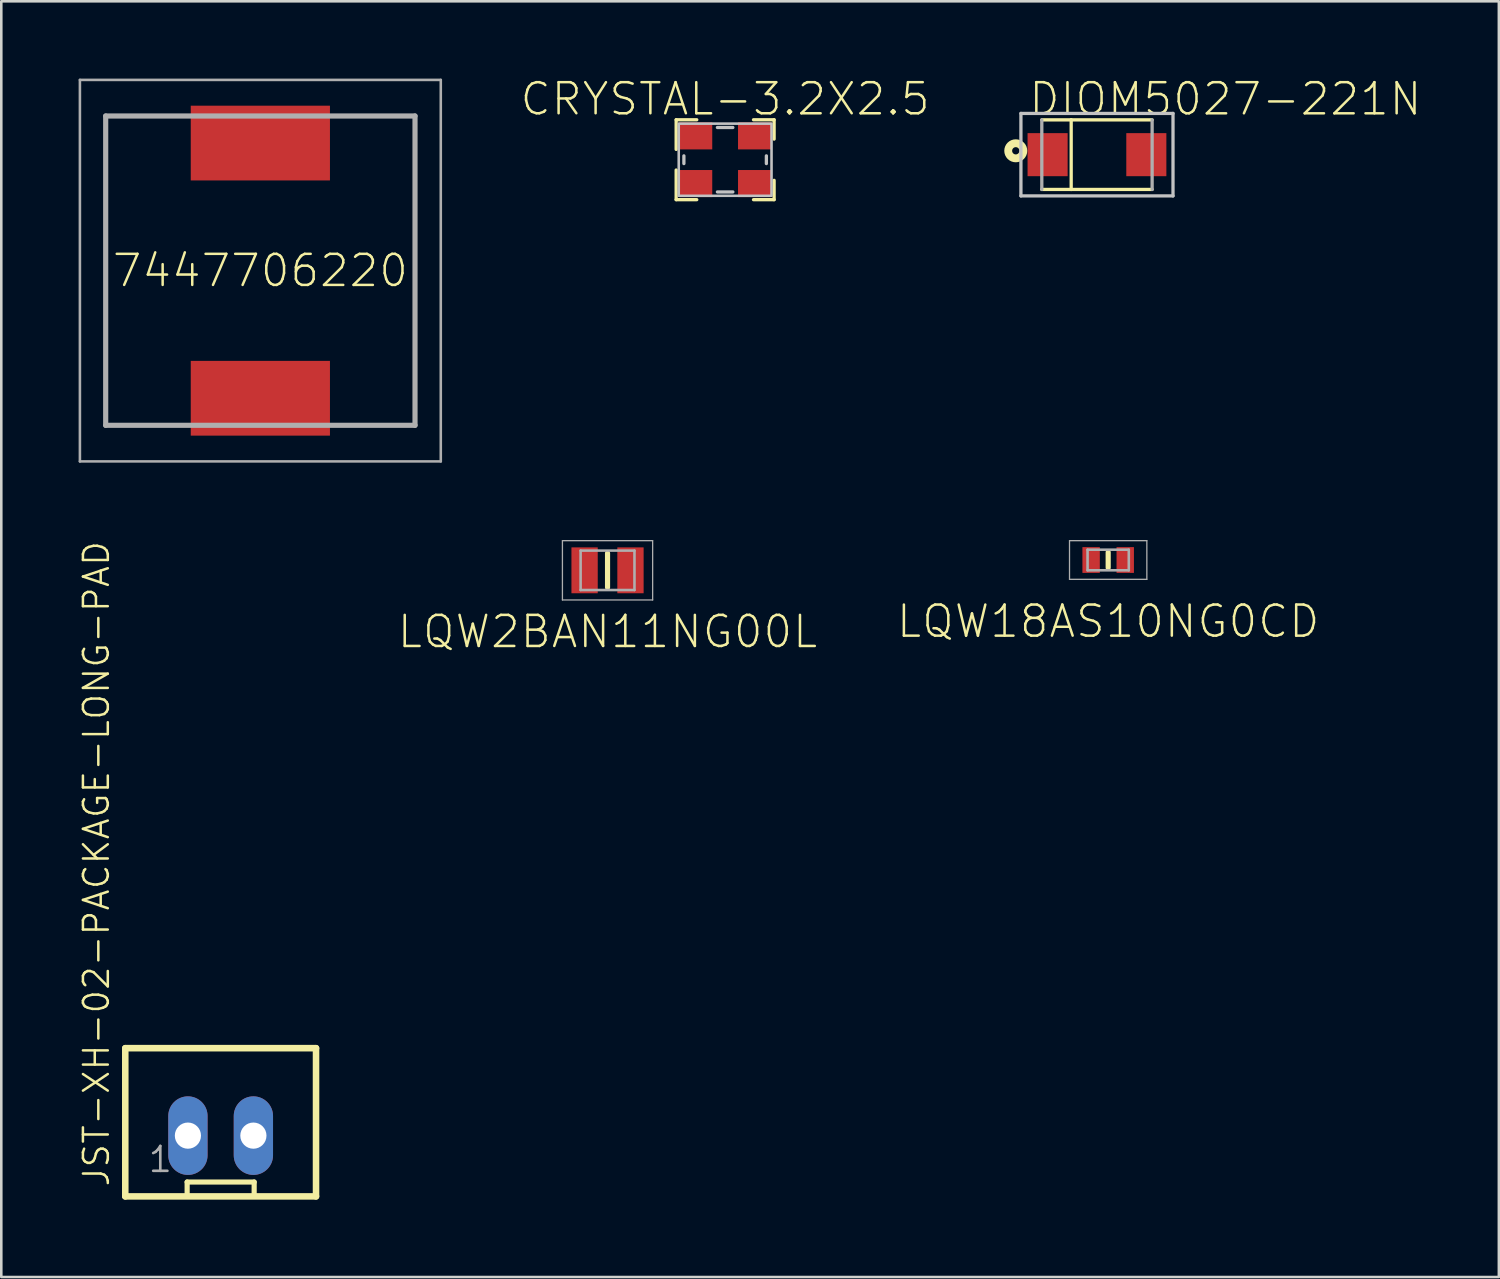
<source format=kicad_pcb>
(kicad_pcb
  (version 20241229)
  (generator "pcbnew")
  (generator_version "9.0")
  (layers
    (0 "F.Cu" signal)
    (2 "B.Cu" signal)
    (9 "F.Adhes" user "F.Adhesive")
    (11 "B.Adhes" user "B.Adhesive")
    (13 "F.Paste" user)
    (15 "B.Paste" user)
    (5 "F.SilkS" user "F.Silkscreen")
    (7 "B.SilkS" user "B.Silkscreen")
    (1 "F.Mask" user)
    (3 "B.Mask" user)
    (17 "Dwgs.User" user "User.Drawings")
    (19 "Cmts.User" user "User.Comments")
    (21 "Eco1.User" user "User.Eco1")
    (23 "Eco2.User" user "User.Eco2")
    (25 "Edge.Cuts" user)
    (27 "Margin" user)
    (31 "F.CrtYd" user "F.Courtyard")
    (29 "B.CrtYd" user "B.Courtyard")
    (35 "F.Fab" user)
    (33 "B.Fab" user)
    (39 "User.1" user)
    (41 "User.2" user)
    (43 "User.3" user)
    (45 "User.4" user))
  (footprint "JST-XH-02-PACKAGE-LONG-PAD"
    (layer "F.Cu")
    (at 5.51 41.006)
    (property "Reference" "JST-XH-02-PACKAGE-LONG-PAD" (at -4.255 2.04 90) (layer "F.SilkS") (effects (font (size 0.965 0.965) (thickness 0.097)) (justify left bottom)))
    (attr through_hole)
    (fp_line (start -3.7 -3.393) (end -3.7 2.357) (stroke (width 0.254) (type solid)) (layer "F.SilkS"))
    (fp_line (start -3.7 2.357) (end 3.7 2.357) (stroke (width 0.254) (type solid)) (layer "F.SilkS"))
    (fp_line (start -1.3 1.8) (end 1.3 1.8) (stroke (width 0.2) (type solid)) (layer "F.SilkS"))
    (fp_line (start -1.3 2.3) (end -1.3 1.8) (stroke (width 0.2) (type solid)) (layer "F.SilkS"))
    (fp_line (start 1.3 2.3) (end 1.3 1.8) (stroke (width 0.2) (type solid)) (layer "F.SilkS"))
    (fp_line (start 3.7 -3.393) (end -3.7 -3.393) (stroke (width 0.254) (type solid)) (layer "F.SilkS"))
    (fp_line (start 3.7 2.357) (end 3.7 -3.393) (stroke (width 0.254) (type solid)) (layer "F.SilkS"))
    (fp_text user "1" (at -2.868 1.488 0) (layer "F.Fab") (effects (font (size 0.965 0.965) (thickness 0.102)) (justify left bottom)))
    (pad "1" thru_hole oval (at -1.27 0 90) (size 3.048 1.524) (drill 1.016) (layers "*.Cu" "*.Mask"))
    (pad "2" thru_hole oval (at 1.27 0 90) (size 3.048 1.524) (drill 1.016) (layers "*.Cu" "*.Mask")))
  (footprint "CRYSTAL-3.2X2.5"
    (layer "F.Cu")
    (at 25.081 3.146)
    (property "Reference" "CRYSTAL-3.2X2.5" (at 0 -1.65 0) (layer "F.SilkS") (effects (font (size 1.206 1.206) (thickness 0.097)) (justify bottom)))
    (attr through_hole)
    (fp_line (start -1.9 -1.55) (end -1.9 -0.4) (stroke (width 0.127) (type solid)) (layer "F.SilkS"))
    (fp_line (start -1.9 -1.55) (end -1.1 -1.55) (stroke (width 0.127) (type solid)) (layer "F.SilkS"))
    (fp_line (start -1.9 0.4) (end -1.9 1.55) (stroke (width 0.127) (type solid)) (layer "F.SilkS"))
    (fp_line (start -1.9 1.55) (end -1.1 1.55) (stroke (width 0.127) (type solid)) (layer "F.SilkS"))
    (fp_line (start 1.1 -1.55) (end 1.9 -1.55) (stroke (width 0.127) (type solid)) (layer "F.SilkS"))
    (fp_line (start 1.1 1.55) (end 1.9 1.55) (stroke (width 0.127) (type solid)) (layer "F.SilkS"))
    (fp_line (start 1.9 -1.55) (end 1.9 -0.8) (stroke (width 0.127) (type solid)) (layer "F.SilkS"))
    (fp_line (start 1.9 1.55) (end 1.9 0.8) (stroke (width 0.127) (type solid)) (layer "F.SilkS"))
    (fp_line (start -1.6 -0.15) (end -1.6 0.15) (stroke (width 0.127) (type solid)) (layer "Dwgs.User"))
    (fp_line (start -0.3 -1.25) (end 0.3 -1.25) (stroke (width 0.127) (type solid)) (layer "Dwgs.User"))
    (fp_line (start -0.3 1.25) (end 0.3 1.25) (stroke (width 0.127) (type solid)) (layer "Dwgs.User"))
    (fp_line (start 1.6 -0.15) (end 1.6 0.15) (stroke (width 0.127) (type solid)) (layer "Dwgs.User"))
    (fp_poly (pts (xy -1.8 1.4) (xy 1.8 1.4) (xy 1.8 -1.4) (xy -1.8 -1.4)) (stroke (width 0.1) (type solid)) (fill no) (layer "Dwgs.User"))
    (pad "1" smd rect (at -1.15 0.925) (size 1.3 1.05) (layers "F.Cu" "F.Mask" "F.Paste"))
    (pad "2" smd rect (at 1.15 0.925) (size 1.3 1.05) (layers "F.Cu" "F.Mask" "F.Paste"))
    (pad "3" smd rect (at 1.15 -0.925) (size 1.3 1.05) (layers "F.Cu" "F.Mask" "F.Paste"))
    (pad "4" smd rect (at -1.15 -0.925) (size 1.3 1.05) (layers "F.Cu" "F.Mask" "F.Paste")))
  (footprint "LQW2BAN11NG00L"
    (layer "F.Cu")
    (at 20.519 19.075)
    (property "Reference" "LQW2BAN11NG00L" (at 0 2.381 180) (layer "F.SilkS") (effects (font (size 1.206 1.206) (thickness 0.097))))
    (attr through_hole)
    (fp_line (start 0 -0.665) (end 0 0.665) (stroke (width 0.2) (type solid)) (layer "F.SilkS"))
    (fp_line (start -1.75 -1.15) (end 1.75 -1.15) (stroke (width 0.05) (type solid)) (layer "F.Fab"))
    (fp_line (start -1.75 1.15) (end -1.75 -1.15) (stroke (width 0.05) (type solid)) (layer "F.Fab"))
    (fp_line (start -1.045 -0.765) (end 1.045 -0.765) (stroke (width 0.1) (type solid)) (layer "F.Fab"))
    (fp_line (start -1.045 0.765) (end -1.045 -0.765) (stroke (width 0.1) (type solid)) (layer "F.Fab"))
    (fp_line (start 1.045 -0.765) (end 1.045 0.765) (stroke (width 0.1) (type solid)) (layer "F.Fab"))
    (fp_line (start 1.045 0.765) (end -1.045 0.765) (stroke (width 0.1) (type solid)) (layer "F.Fab"))
    (fp_line (start 1.75 -1.15) (end 1.75 1.15) (stroke (width 0.05) (type solid)) (layer "F.Fab"))
    (fp_line (start 1.75 1.15) (end -1.75 1.15) (stroke (width 0.05) (type solid)) (layer "F.Fab"))
    (pad "1" smd rect (at -0.89 0 90) (size 1.78 1.02) (layers "F.Cu" "F.Mask" "F.Paste"))
    (pad "2" smd rect (at 0.89 0 90) (size 1.78 1.02) (layers "F.Cu" "F.Mask" "F.Paste")))
  (footprint "7447706220"
    (layer "F.Cu")
    (at 7.05 7.45)
    (property "Reference" "7447706220" (at 0 0 0) (layer "F.SilkS") (effects (font (size 1.206 1.206) (thickness 0.097))))
    (attr through_hole)
    (fp_line (start -6 -6) (end -6 6) (stroke (width 0.1) (type solid)) (layer "F.SilkS"))
    (fp_line (start -6 6) (end -3.5 6) (stroke (width 0.1) (type solid)) (layer "F.SilkS"))
    (fp_line (start -3.5 -6) (end -6 -6) (stroke (width 0.1) (type solid)) (layer "F.SilkS"))
    (fp_line (start 3.5 -6) (end 6 -6) (stroke (width 0.1) (type solid)) (layer "F.SilkS"))
    (fp_line (start 6 -6) (end 6 6) (stroke (width 0.1) (type solid)) (layer "F.SilkS"))
    (fp_line (start 6 6) (end 3.5 6) (stroke (width 0.1) (type solid)) (layer "F.SilkS"))
    (fp_line (start -7 -7.4) (end 7 -7.4) (stroke (width 0.1) (type solid)) (layer "F.Fab"))
    (fp_line (start -7 7.4) (end -7 -7.4) (stroke (width 0.1) (type solid)) (layer "F.Fab"))
    (fp_line (start -6 -6) (end 6 -6) (stroke (width 0.2) (type solid)) (layer "F.Fab"))
    (fp_line (start -6 6) (end -6 -6) (stroke (width 0.2) (type solid)) (layer "F.Fab"))
    (fp_line (start 6 -6) (end 6 6) (stroke (width 0.2) (type solid)) (layer "F.Fab"))
    (fp_line (start 6 6) (end -6 6) (stroke (width 0.2) (type solid)) (layer "F.Fab"))
    (fp_line (start 7 -7.4) (end 7 7.4) (stroke (width 0.1) (type solid)) (layer "F.Fab"))
    (fp_line (start 7 7.4) (end -7 7.4) (stroke (width 0.1) (type solid)) (layer "F.Fab"))
    (pad "1" smd rect (at 0 -4.95) (size 5.4 2.9) (layers "F.Cu" "F.Mask" "F.Paste"))
    (pad "2" smd rect (at 0 4.95) (size 5.4 2.9) (layers "F.Cu" "F.Mask" "F.Paste")))
  (footprint "LQW18AS10NG0CD"
    (layer "F.Cu")
    (at 39.941 18.675)
    (property "Reference" "LQW18AS10NG0CD" (at 0 2.381 180) (layer "F.SilkS") (effects (font (size 1.206 1.206) (thickness 0.097))))
    (attr through_hole)
    (fp_line (start 0 -0.3) (end 0 0.3) (stroke (width 0.2) (type solid)) (layer "F.SilkS"))
    (fp_line (start -1.5 -0.75) (end 1.5 -0.75) (stroke (width 0.05) (type solid)) (layer "F.Fab"))
    (fp_line (start -1.5 0.75) (end -1.5 -0.75) (stroke (width 0.05) (type solid)) (layer "F.Fab"))
    (fp_line (start -0.8 -0.4) (end 0.8 -0.4) (stroke (width 0.1) (type solid)) (layer "F.Fab"))
    (fp_line (start -0.8 0.4) (end -0.8 -0.4) (stroke (width 0.1) (type solid)) (layer "F.Fab"))
    (fp_line (start 0.8 -0.4) (end 0.8 0.4) (stroke (width 0.1) (type solid)) (layer "F.Fab"))
    (fp_line (start 0.8 0.4) (end -0.8 0.4) (stroke (width 0.1) (type solid)) (layer "F.Fab"))
    (fp_line (start 1.5 -0.75) (end 1.5 0.75) (stroke (width 0.05) (type solid)) (layer "F.Fab"))
    (fp_line (start 1.5 0.75) (end -1.5 0.75) (stroke (width 0.05) (type solid)) (layer "F.Fab"))
    (pad "1" smd rect (at -0.662 0 90) (size 1 0.675) (layers "F.Cu" "F.Mask" "F.Paste"))
    (pad "2" smd rect (at 0.662 0 90) (size 1 0.675) (layers "F.Cu" "F.Mask" "F.Paste")))
  (footprint "DIOM5027-221N"
    (layer "F.Cu")
    (at 39.506 2.95)
    (property "Reference" "DIOM5027-221N" (at -2.704 -1.452 0) (layer "F.SilkS") (effects (font (size 1.208 1.208) (thickness 0.097)) (justify left bottom)))
    (attr through_hole)
    (fp_line (start -1 -1.35) (end -2.14 -1.35) (stroke (width 0.127) (type solid)) (layer "F.SilkS"))
    (fp_line (start -1 -1.35) (end -1 1.35) (stroke (width 0.127) (type solid)) (layer "F.SilkS"))
    (fp_line (start -1 1.35) (end -2.14 1.35) (stroke (width 0.127) (type solid)) (layer "F.SilkS"))
    (fp_line (start -1 1.35) (end 2.14 1.35) (stroke (width 0.127) (type solid)) (layer "F.SilkS"))
    (fp_line (start 2.14 -1.35) (end -1 -1.35) (stroke (width 0.127) (type solid)) (layer "F.SilkS"))
    (fp_circle (center -3.15 -0.15) (end -3.009 -0.15) (stroke (width 0.305) (type solid)) (fill no) (layer "F.SilkS"))
    (fp_line (start -2.95 -1.6) (end 2.95 -1.6) (stroke (width 0.127) (type solid)) (layer "Dwgs.User"))
    (fp_line (start -2.95 1.6) (end -2.95 -1.6) (stroke (width 0.127) (type solid)) (layer "Dwgs.User"))
    (fp_line (start 2.95 -1.6) (end 2.95 1.6) (stroke (width 0.127) (type solid)) (layer "Dwgs.User"))
    (fp_line (start 2.95 1.6) (end -2.95 1.6) (stroke (width 0.127) (type solid)) (layer "Dwgs.User"))
    (fp_line (start -2.14 -1.35) (end -2.14 1.35) (stroke (width 0.127) (type solid)) (layer "F.Fab"))
    (fp_line (start 2.14 1.35) (end 2.14 -1.35) (stroke (width 0.127) (type solid)) (layer "F.Fab"))
    (pad "1" smd rect (at -1.915 0 180) (size 1.555 1.67) (layers "F.Cu" "F.Mask" "F.Paste"))
    (pad "2" smd rect (at 1.915 0 180) (size 1.555 1.67) (layers "F.Cu" "F.Mask" "F.Paste")))
  (gr_rect
    (start -3 -3)
    (end 55.097 46.49)
    (stroke (width 0.1) (type default))
    (fill no)
    (layer "Edge.Cuts")))
</source>
